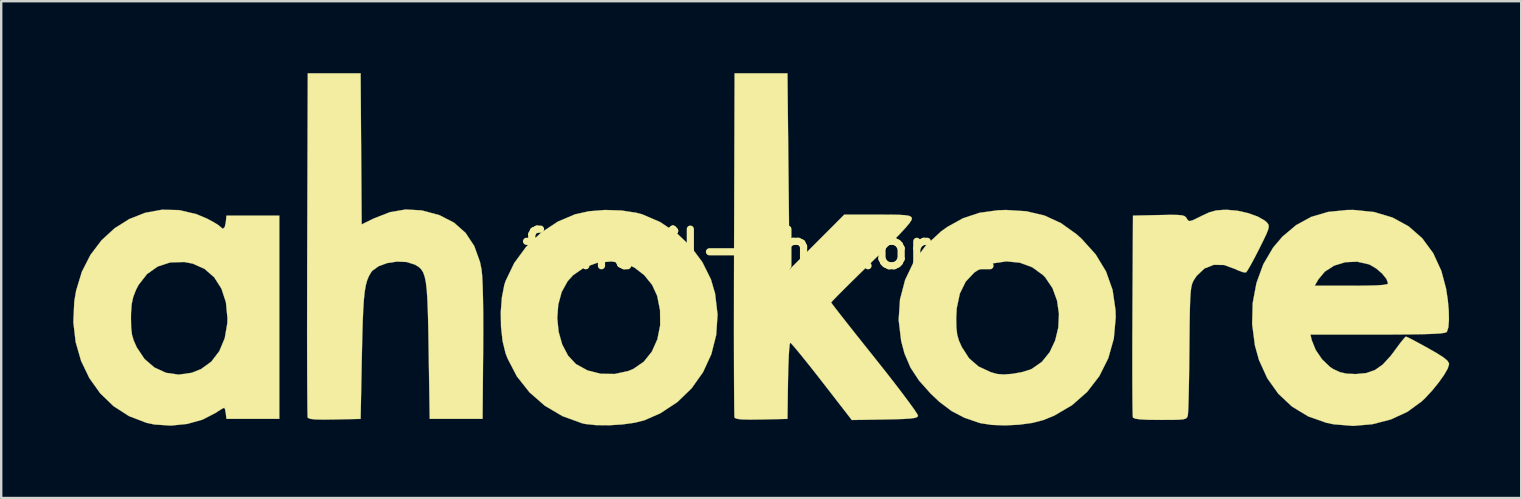
<source format=kicad_pcb>
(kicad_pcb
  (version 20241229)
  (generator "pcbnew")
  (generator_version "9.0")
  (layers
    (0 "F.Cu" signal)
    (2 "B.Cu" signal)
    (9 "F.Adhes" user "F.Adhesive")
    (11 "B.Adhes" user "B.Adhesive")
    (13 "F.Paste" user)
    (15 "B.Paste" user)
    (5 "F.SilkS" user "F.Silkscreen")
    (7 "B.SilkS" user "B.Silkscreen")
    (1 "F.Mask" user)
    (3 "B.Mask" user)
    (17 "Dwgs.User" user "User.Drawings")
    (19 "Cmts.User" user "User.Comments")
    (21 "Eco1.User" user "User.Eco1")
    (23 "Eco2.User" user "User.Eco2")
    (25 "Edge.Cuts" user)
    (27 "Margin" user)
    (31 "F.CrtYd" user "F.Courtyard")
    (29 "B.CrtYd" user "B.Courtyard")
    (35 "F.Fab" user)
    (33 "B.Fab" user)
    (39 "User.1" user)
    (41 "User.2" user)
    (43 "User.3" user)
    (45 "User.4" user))
  (footprint "fantail-ahokore1"
    (layer "F.Cu")
    (at 28.608 7.329)
    (property "Reference" "fantail-ahokore1" (at 0 0 0) (layer "F.SilkS") (effects (font (size 1.524 1.524) (thickness 0.3))))
    (attr through_hole)
    (fp_poly (pts (xy -16.615 -4.177) (xy -16.593 -1.031) (xy -16.107 -1.27) (xy -15.419 -1.54) (xy -14.758 -1.653) (xy -14.097 -1.615) (xy -14.08 -1.612) (xy -13.352 -1.416) (xy -12.747 -1.105) (xy -12.264 -0.677) (xy -11.903 -0.131) (xy -11.664 0.533) (xy -11.6 0.847) (xy -11.574 1.104) (xy -11.553 1.515) (xy -11.539 2.065) (xy -11.53 2.738) (xy -11.529 3.519) (xy -11.533 4.233) (xy -11.557 7.07) (xy -13.758 7.07) (xy -13.802 4.233) (xy -13.816 3.393) (xy -13.832 2.705) (xy -13.853 2.153) (xy -13.88 1.719) (xy -13.918 1.387) (xy -13.969 1.139) (xy -14.035 0.959) (xy -14.119 0.83) (xy -14.225 0.734) (xy -14.354 0.656) (xy -14.382 0.641) (xy -14.723 0.535) (xy -15.121 0.517) (xy -15.525 0.578) (xy -15.884 0.708) (xy -16.148 0.898) (xy -16.2 0.965) (xy -16.289 1.117) (xy -16.361 1.287) (xy -16.419 1.496) (xy -16.465 1.763) (xy -16.501 2.106) (xy -16.529 2.546) (xy -16.552 3.101) (xy -16.571 3.79) (xy -16.585 4.445) (xy -16.637 7.07) (xy -17.718 7.093) (xy -18.195 7.099) (xy -18.525 7.092) (xy -18.728 7.069) (xy -18.826 7.03) (xy -18.841 7.009) (xy -18.847 6.909) (xy -18.852 6.653) (xy -18.856 6.253) (xy -18.86 5.721) (xy -18.863 5.071) (xy -18.865 4.314) (xy -18.866 3.464) (xy -18.865 2.532) (xy -18.864 1.533) (xy -18.862 0.477) (xy -18.86 -0.212) (xy -18.838 -7.324) (xy -16.637 -7.324) (xy -16.615 -4.177)) (stroke (width 0.01) (type solid)) (fill yes) (layer "F.SilkS"))
    (fp_poly (pts (xy -5.775 -1.611) (xy -5.146 -1.515) (xy -4.905 -1.45) (xy -4.159 -1.129) (xy -3.479 -0.675) (xy -2.885 -0.11) (xy -2.4 0.543) (xy -2.044 1.26) (xy -1.872 1.846) (xy -1.769 2.722) (xy -1.825 3.572) (xy -2.029 4.378) (xy -2.374 5.125) (xy -2.848 5.794) (xy -3.444 6.37) (xy -4.152 6.836) (xy -4.809 7.125) (xy -5.222 7.23) (xy -5.735 7.301) (xy -6.288 7.335) (xy -6.82 7.33) (xy -7.273 7.282) (xy -7.408 7.253) (xy -8.226 6.956) (xy -8.963 6.522) (xy -9.602 5.964) (xy -10.127 5.3) (xy -10.52 4.544) (xy -10.6 4.333) (xy -10.722 3.833) (xy -10.788 3.24) (xy -10.794 2.873) (xy -8.446 2.873) (xy -8.389 3.442) (xy -8.238 3.975) (xy -7.995 4.436) (xy -7.667 4.786) (xy -7.187 5.051) (xy -6.635 5.19) (xy -6.054 5.199) (xy -5.489 5.076) (xy -5.27 4.985) (xy -4.839 4.686) (xy -4.505 4.268) (xy -4.276 3.756) (xy -4.159 3.173) (xy -4.164 2.545) (xy -4.284 1.942) (xy -4.494 1.488) (xy -4.823 1.082) (xy -5.23 0.766) (xy -5.616 0.597) (xy -6.205 0.51) (xy -6.785 0.569) (xy -7.322 0.763) (xy -7.784 1.082) (xy -8.012 1.332) (xy -8.261 1.781) (xy -8.404 2.307) (xy -8.446 2.873) (xy -10.794 2.873) (xy -10.798 2.613) (xy -10.752 2.01) (xy -10.65 1.487) (xy -10.601 1.334) (xy -10.238 0.578) (xy -9.738 -0.102) (xy -9.125 -0.684) (xy -8.422 -1.147) (xy -7.705 -1.452) (xy -7.122 -1.579) (xy -6.456 -1.632) (xy -5.775 -1.611)) (stroke (width 0.01) (type solid)) (fill yes) (layer "F.SilkS"))
    (fp_poly (pts (xy -24.192 -1.627) (xy -23.474 -1.458) (xy -23.02 -1.265) (xy -22.76 -1.125) (xy -22.563 -1.003) (xy -22.48 -0.933) (xy -22.38 -0.847) (xy -22.298 -0.918) (xy -22.252 -1.122) (xy -22.225 -1.397) (xy -20.024 -1.397) (xy -20.024 7.07) (xy -22.225 7.07) (xy -22.252 6.837) (xy -22.284 6.668) (xy -22.32 6.604) (xy -22.408 6.648) (xy -22.584 6.757) (xy -22.674 6.818) (xy -23.22 7.1) (xy -23.859 7.279) (xy -24.543 7.349) (xy -25.225 7.303) (xy -25.56 7.232) (xy -26.286 6.953) (xy -26.93 6.538) (xy -27.483 6.005) (xy -27.936 5.371) (xy -28.28 4.654) (xy -28.506 3.87) (xy -28.603 3.037) (xy -28.596 2.879) (xy -26.203 2.879) (xy -26.195 3.27) (xy -26.161 3.558) (xy -26.088 3.808) (xy -25.964 4.086) (xy -25.642 4.571) (xy -25.226 4.929) (xy -24.743 5.15) (xy -24.216 5.226) (xy -23.67 5.149) (xy -23.285 4.996) (xy -22.856 4.685) (xy -22.523 4.249) (xy -22.297 3.711) (xy -22.19 3.093) (xy -22.183 2.877) (xy -22.247 2.214) (xy -22.435 1.641) (xy -22.735 1.173) (xy -23.137 0.822) (xy -23.632 0.601) (xy -23.983 0.535) (xy -24.568 0.552) (xy -25.091 0.723) (xy -25.536 1.039) (xy -25.888 1.49) (xy -26.001 1.711) (xy -26.111 2) (xy -26.174 2.294) (xy -26.2 2.658) (xy -26.203 2.879) (xy -28.596 2.879) (xy -28.563 2.173) (xy -28.489 1.736) (xy -28.249 0.943) (xy -27.89 0.238) (xy -27.43 -0.369) (xy -26.885 -0.87) (xy -26.272 -1.255) (xy -25.608 -1.516) (xy -24.909 -1.643) (xy -24.192 -1.627)) (stroke (width 0.01) (type solid)) (fill yes) (layer "F.SilkS"))
    (fp_poly (pts (xy 11.095 -1.579) (xy 11.849 -1.401) (xy 12.534 -1.086) (xy 13.18 -0.625) (xy 13.395 -0.432) (xy 13.983 0.22) (xy 14.412 0.928) (xy 14.686 1.699) (xy 14.809 2.543) (xy 14.817 2.838) (xy 14.738 3.721) (xy 14.507 4.542) (xy 14.134 5.287) (xy 13.629 5.943) (xy 13 6.496) (xy 12.259 6.932) (xy 11.804 7.118) (xy 11.343 7.237) (xy 10.789 7.312) (xy 10.205 7.34) (xy 9.652 7.32) (xy 9.19 7.249) (xy 9.144 7.237) (xy 8.519 7.024) (xy 7.981 6.743) (xy 7.474 6.361) (xy 7.11 6.018) (xy 6.622 5.47) (xy 6.267 4.929) (xy 6.019 4.348) (xy 5.88 3.825) (xy 5.775 2.946) (xy 5.78 2.879) (xy 8.172 2.879) (xy 8.18 3.27) (xy 8.213 3.557) (xy 8.284 3.806) (xy 8.405 4.077) (xy 8.706 4.543) (xy 9.1 4.886) (xy 9.611 5.124) (xy 9.864 5.197) (xy 10.151 5.221) (xy 10.526 5.192) (xy 10.918 5.12) (xy 11.257 5.015) (xy 11.324 4.985) (xy 11.741 4.694) (xy 12.066 4.29) (xy 12.296 3.802) (xy 12.426 3.261) (xy 12.453 2.697) (xy 12.373 2.141) (xy 12.184 1.623) (xy 11.88 1.174) (xy 11.79 1.08) (xy 11.341 0.754) (xy 10.822 0.563) (xy 10.264 0.508) (xy 9.702 0.591) (xy 9.168 0.812) (xy 8.922 0.976) (xy 8.568 1.351) (xy 8.324 1.849) (xy 8.194 2.462) (xy 8.172 2.879) (xy 5.78 2.879) (xy 5.832 2.092) (xy 6.045 1.28) (xy 6.405 0.526) (xy 6.908 -0.154) (xy 7.546 -0.743) (xy 7.802 -0.926) (xy 8.451 -1.286) (xy 9.138 -1.514) (xy 9.903 -1.62) (xy 10.245 -1.632) (xy 11.095 -1.579)) (stroke (width 0.01) (type solid)) (fill yes) (layer "F.SilkS"))
    (fp_poly (pts (xy 19.898 -1.599) (xy 20.341 -1.499) (xy 20.736 -1.356) (xy 21.035 -1.184) (xy 21.118 -1.108) (xy 21.174 -1.033) (xy 21.193 -0.946) (xy 21.168 -0.819) (xy 21.089 -0.621) (xy 20.947 -0.324) (xy 20.793 -0.015) (xy 20.607 0.347) (xy 20.442 0.653) (xy 20.316 0.87) (xy 20.245 0.968) (xy 20.244 0.969) (xy 20.127 0.962) (xy 19.922 0.888) (xy 19.796 0.828) (xy 19.33 0.659) (xy 18.899 0.652) (xy 18.514 0.804) (xy 18.188 1.112) (xy 18.076 1.279) (xy 18.028 1.37) (xy 17.99 1.475) (xy 17.96 1.615) (xy 17.937 1.807) (xy 17.92 2.073) (xy 17.908 2.433) (xy 17.898 2.905) (xy 17.891 3.509) (xy 17.885 4.149) (xy 17.878 4.802) (xy 17.87 5.406) (xy 17.859 5.941) (xy 17.848 6.381) (xy 17.836 6.706) (xy 17.824 6.892) (xy 17.82 6.921) (xy 17.796 6.999) (xy 17.745 7.052) (xy 17.64 7.085) (xy 17.453 7.103) (xy 17.154 7.111) (xy 16.717 7.112) (xy 16.675 7.112) (xy 16.181 7.107) (xy 15.839 7.09) (xy 15.63 7.061) (xy 15.538 7.016) (xy 15.533 7.006) (xy 15.525 6.903) (xy 15.519 6.647) (xy 15.514 6.255) (xy 15.511 5.744) (xy 15.509 5.131) (xy 15.509 4.432) (xy 15.51 3.664) (xy 15.514 2.845) (xy 15.514 2.752) (xy 15.536 -1.397) (xy 16.612 -1.421) (xy 17.058 -1.429) (xy 17.365 -1.427) (xy 17.562 -1.412) (xy 17.679 -1.38) (xy 17.745 -1.327) (xy 17.775 -1.279) (xy 17.83 -1.195) (xy 17.903 -1.169) (xy 18.033 -1.208) (xy 18.258 -1.316) (xy 18.379 -1.378) (xy 18.713 -1.533) (xy 18.999 -1.613) (xy 19.327 -1.638) (xy 19.459 -1.639) (xy 19.898 -1.599)) (stroke (width 0.01) (type solid)) (fill yes) (layer "F.SilkS"))
    (fp_poly (pts (xy 1.185 -3.237) (xy 1.228 0.849) (xy 2.369 -0.295) (xy 3.511 -1.439) (xy 4.891 -1.439) (xy 5.409 -1.438) (xy 5.783 -1.431) (xy 6.036 -1.416) (xy 6.194 -1.392) (xy 6.281 -1.355) (xy 6.323 -1.303) (xy 6.326 -1.295) (xy 6.313 -1.22) (xy 6.228 -1.089) (xy 6.063 -0.891) (xy 5.807 -0.616) (xy 5.451 -0.253) (xy 4.985 0.208) (xy 4.672 0.513) (xy 4.231 0.945) (xy 3.831 1.338) (xy 3.489 1.677) (xy 3.221 1.947) (xy 3.041 2.132) (xy 2.965 2.217) (xy 2.963 2.221) (xy 3.014 2.295) (xy 3.159 2.485) (xy 3.386 2.777) (xy 3.683 3.154) (xy 4.037 3.602) (xy 4.437 4.104) (xy 4.785 4.54) (xy 5.213 5.079) (xy 5.603 5.579) (xy 5.945 6.026) (xy 6.225 6.402) (xy 6.433 6.691) (xy 6.555 6.878) (xy 6.583 6.943) (xy 6.549 6.992) (xy 6.451 7.028) (xy 6.267 7.054) (xy 5.974 7.073) (xy 5.55 7.086) (xy 5.192 7.093) (xy 3.824 7.116) (xy 2.575 5.505) (xy 2.224 5.056) (xy 1.905 4.655) (xy 1.634 4.321) (xy 1.426 4.071) (xy 1.295 3.925) (xy 1.257 3.895) (xy 1.235 3.975) (xy 1.213 4.198) (xy 1.193 4.539) (xy 1.177 4.97) (xy 1.166 5.466) (xy 1.166 5.482) (xy 1.143 7.07) (xy 0.062 7.093) (xy -0.415 7.099) (xy -0.745 7.092) (xy -0.948 7.069) (xy -1.046 7.03) (xy -1.061 7.009) (xy -1.067 6.909) (xy -1.072 6.653) (xy -1.076 6.253) (xy -1.08 5.721) (xy -1.083 5.071) (xy -1.085 4.314) (xy -1.086 3.464) (xy -1.085 2.532) (xy -1.084 1.533) (xy -1.082 0.477) (xy -1.08 -0.212) (xy -1.058 -7.324) (xy 1.143 -7.324) (xy 1.185 -3.237)) (stroke (width 0.01) (type solid)) (fill yes) (layer "F.SilkS"))
    (fp_poly (pts (xy 25.578 -1.547) (xy 26.345 -1.318) (xy 27.015 -0.952) (xy 27.582 -0.457) (xy 28.039 0.164) (xy 28.38 0.903) (xy 28.576 1.637) (xy 28.648 2.106) (xy 28.689 2.556) (xy 28.697 2.951) (xy 28.672 3.258) (xy 28.613 3.439) (xy 28.6 3.454) (xy 28.521 3.484) (xy 28.34 3.509) (xy 28.046 3.527) (xy 27.627 3.541) (xy 27.072 3.55) (xy 26.368 3.555) (xy 25.713 3.556) (xy 22.926 3.556) (xy 22.982 3.789) (xy 23.146 4.198) (xy 23.415 4.592) (xy 23.743 4.906) (xy 23.879 4.995) (xy 24.153 5.123) (xy 24.434 5.186) (xy 24.8 5.202) (xy 24.821 5.202) (xy 25.25 5.162) (xy 25.613 5.037) (xy 25.942 4.804) (xy 26.273 4.443) (xy 26.459 4.194) (xy 26.649 3.936) (xy 26.803 3.743) (xy 26.895 3.646) (xy 26.906 3.641) (xy 26.996 3.68) (xy 27.203 3.785) (xy 27.495 3.942) (xy 27.83 4.126) (xy 28.221 4.35) (xy 28.482 4.518) (xy 28.633 4.646) (xy 28.696 4.75) (xy 28.702 4.794) (xy 28.646 4.974) (xy 28.494 5.238) (xy 28.271 5.552) (xy 28.003 5.882) (xy 27.714 6.195) (xy 27.567 6.336) (xy 26.971 6.772) (xy 26.275 7.093) (xy 25.51 7.291) (xy 24.707 7.361) (xy 23.897 7.295) (xy 23.591 7.232) (xy 22.834 6.965) (xy 22.164 6.559) (xy 21.592 6.025) (xy 21.129 5.375) (xy 20.785 4.619) (xy 20.616 4.014) (xy 20.5 3.123) (xy 20.523 2.245) (xy 20.658 1.524) (xy 23.104 1.524) (xy 24.633 1.524) (xy 25.227 1.52) (xy 25.664 1.509) (xy 25.957 1.489) (xy 26.119 1.46) (xy 26.162 1.426) (xy 26.093 1.238) (xy 25.916 1.018) (xy 25.673 0.808) (xy 25.408 0.651) (xy 25.361 0.632) (xy 24.872 0.521) (xy 24.378 0.543) (xy 23.915 0.685) (xy 23.524 0.937) (xy 23.257 1.259) (xy 23.104 1.524) (xy 20.658 1.524) (xy 20.681 1.405) (xy 20.966 0.626) (xy 21.374 -0.067) (xy 21.758 -0.519) (xy 22.332 -1.002) (xy 22.957 -1.343) (xy 23.655 -1.55) (xy 24.45 -1.632) (xy 24.723 -1.634) (xy 25.578 -1.547)) (stroke (width 0.01) (type solid)) (fill yes) (layer "F.SilkS")))
  (gr_rect
    (start -3 -3)
    (end 60.315 17.695)
    (stroke (width 0.1) (type default))
    (fill no)
    (layer "Edge.Cuts")))
</source>
